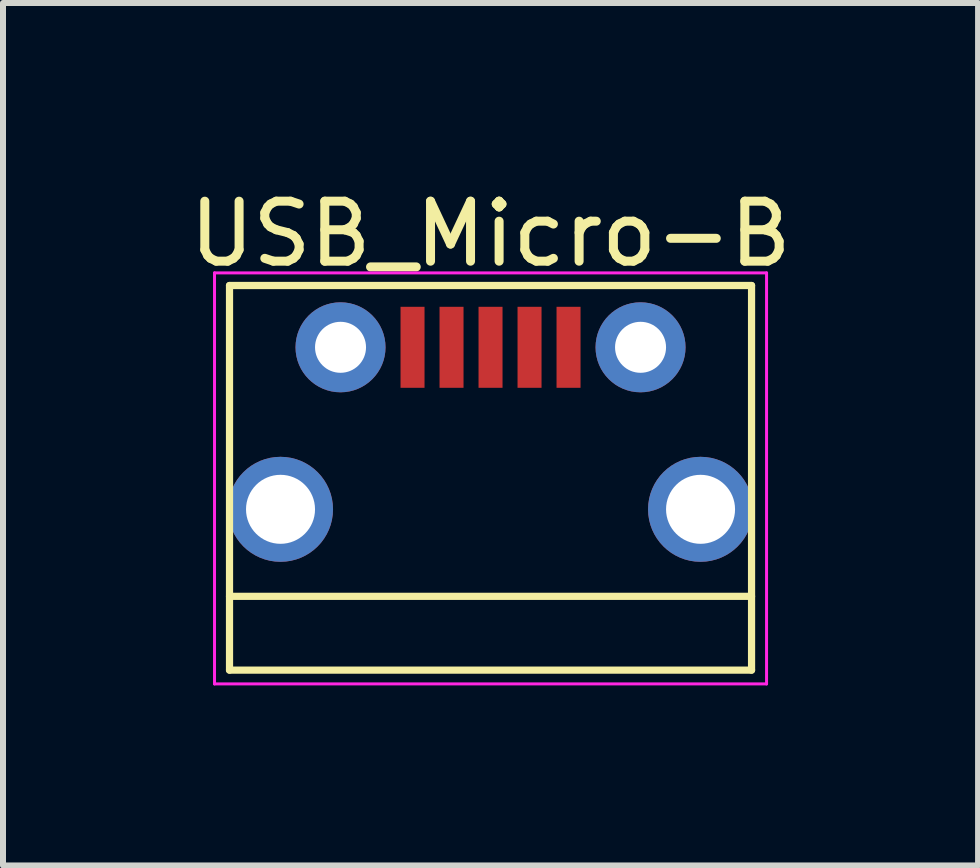
<source format=kicad_pcb>
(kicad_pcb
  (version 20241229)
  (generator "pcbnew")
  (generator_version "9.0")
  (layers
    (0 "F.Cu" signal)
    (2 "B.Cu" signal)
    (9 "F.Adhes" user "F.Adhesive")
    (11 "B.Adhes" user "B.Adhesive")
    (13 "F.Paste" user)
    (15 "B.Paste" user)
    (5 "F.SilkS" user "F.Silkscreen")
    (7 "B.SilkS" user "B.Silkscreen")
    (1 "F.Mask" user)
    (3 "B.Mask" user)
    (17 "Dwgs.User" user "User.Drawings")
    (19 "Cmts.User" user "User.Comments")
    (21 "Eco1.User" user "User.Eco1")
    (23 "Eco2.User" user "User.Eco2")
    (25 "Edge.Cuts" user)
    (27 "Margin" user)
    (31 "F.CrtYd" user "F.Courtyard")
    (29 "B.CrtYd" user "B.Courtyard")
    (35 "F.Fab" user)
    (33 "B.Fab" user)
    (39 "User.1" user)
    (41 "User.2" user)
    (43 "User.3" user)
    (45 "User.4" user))
  (footprint "USB_Micro-B"
    (layer "F.Cu")
    (at 5.125 4.088)
    (property "Reference" "USB_Micro-B" (at 0 -3.24 0) (layer "F.SilkS") (effects (font (size 1 1) (thickness 0.15))))
    (attr smd)
    (fp_line (start -4.35 -2.38) (end 4.35 -2.38) (stroke (width 0.12) (type solid)) (layer "F.SilkS"))
    (fp_line (start -4.35 4.03) (end -4.35 -2.38) (stroke (width 0.12) (type solid)) (layer "F.SilkS"))
    (fp_line (start -4.35 4.03) (end 4.35 4.03) (stroke (width 0.12) (type solid)) (layer "F.SilkS"))
    (fp_line (start 4.35 -2.38) (end 4.35 4.03) (stroke (width 0.12) (type solid)) (layer "F.SilkS"))
    (fp_line (start 4.35 2.8) (end -4.35 2.8) (stroke (width 0.12) (type solid)) (layer "F.SilkS"))
    (fp_line (start -4.6 -2.59) (end 4.6 -2.59) (stroke (width 0.05) (type solid)) (layer "F.CrtYd"))
    (fp_line (start -4.6 4.26) (end -4.6 -2.59) (stroke (width 0.05) (type solid)) (layer "F.CrtYd"))
    (fp_line (start 4.6 -2.59) (end 4.6 4.26) (stroke (width 0.05) (type solid)) (layer "F.CrtYd"))
    (fp_line (start 4.6 4.26) (end -4.6 4.26) (stroke (width 0.05) (type solid)) (layer "F.CrtYd"))
    (pad "1" smd rect (at -1.3 -1.35 90) (size 1.35 0.4) (layers "F.Cu" "F.Mask" "F.Paste"))
    (pad "2" smd rect (at -0.65 -1.35 90) (size 1.35 0.4) (layers "F.Cu" "F.Mask" "F.Paste"))
    (pad "3" smd rect (at 0 -1.35 90) (size 1.35 0.4) (layers "F.Cu" "F.Mask" "F.Paste"))
    (pad "4" smd rect (at 0.65 -1.35 90) (size 1.35 0.4) (layers "F.Cu" "F.Mask" "F.Paste"))
    (pad "5" smd rect (at 1.3 -1.35 90) (size 1.35 0.4) (layers "F.Cu" "F.Mask" "F.Paste"))
    (pad "6" thru_hole circle (at -3.5 1.35 90) (size 1.75 1.75) (drill 1.15) (layers "*.Cu" "*.Mask"))
    (pad "6" thru_hole circle (at -2.5 -1.35 90) (size 1.5 1.5) (drill 0.85) (layers "*.Cu" "*.Mask"))
    (pad "6" thru_hole circle (at 2.5 -1.35 90) (size 1.5 1.5) (drill 0.85) (layers "*.Cu" "*.Mask"))
    (pad "6" thru_hole circle (at 3.5 1.35 90) (size 1.75 1.75) (drill 1.15) (layers "*.Cu" "*.Mask")))
  (gr_rect
    (start -3 -3)
    (end 13.25 11.373)
    (stroke (width 0.1) (type default))
    (fill no)
    (layer "Edge.Cuts")))
</source>
